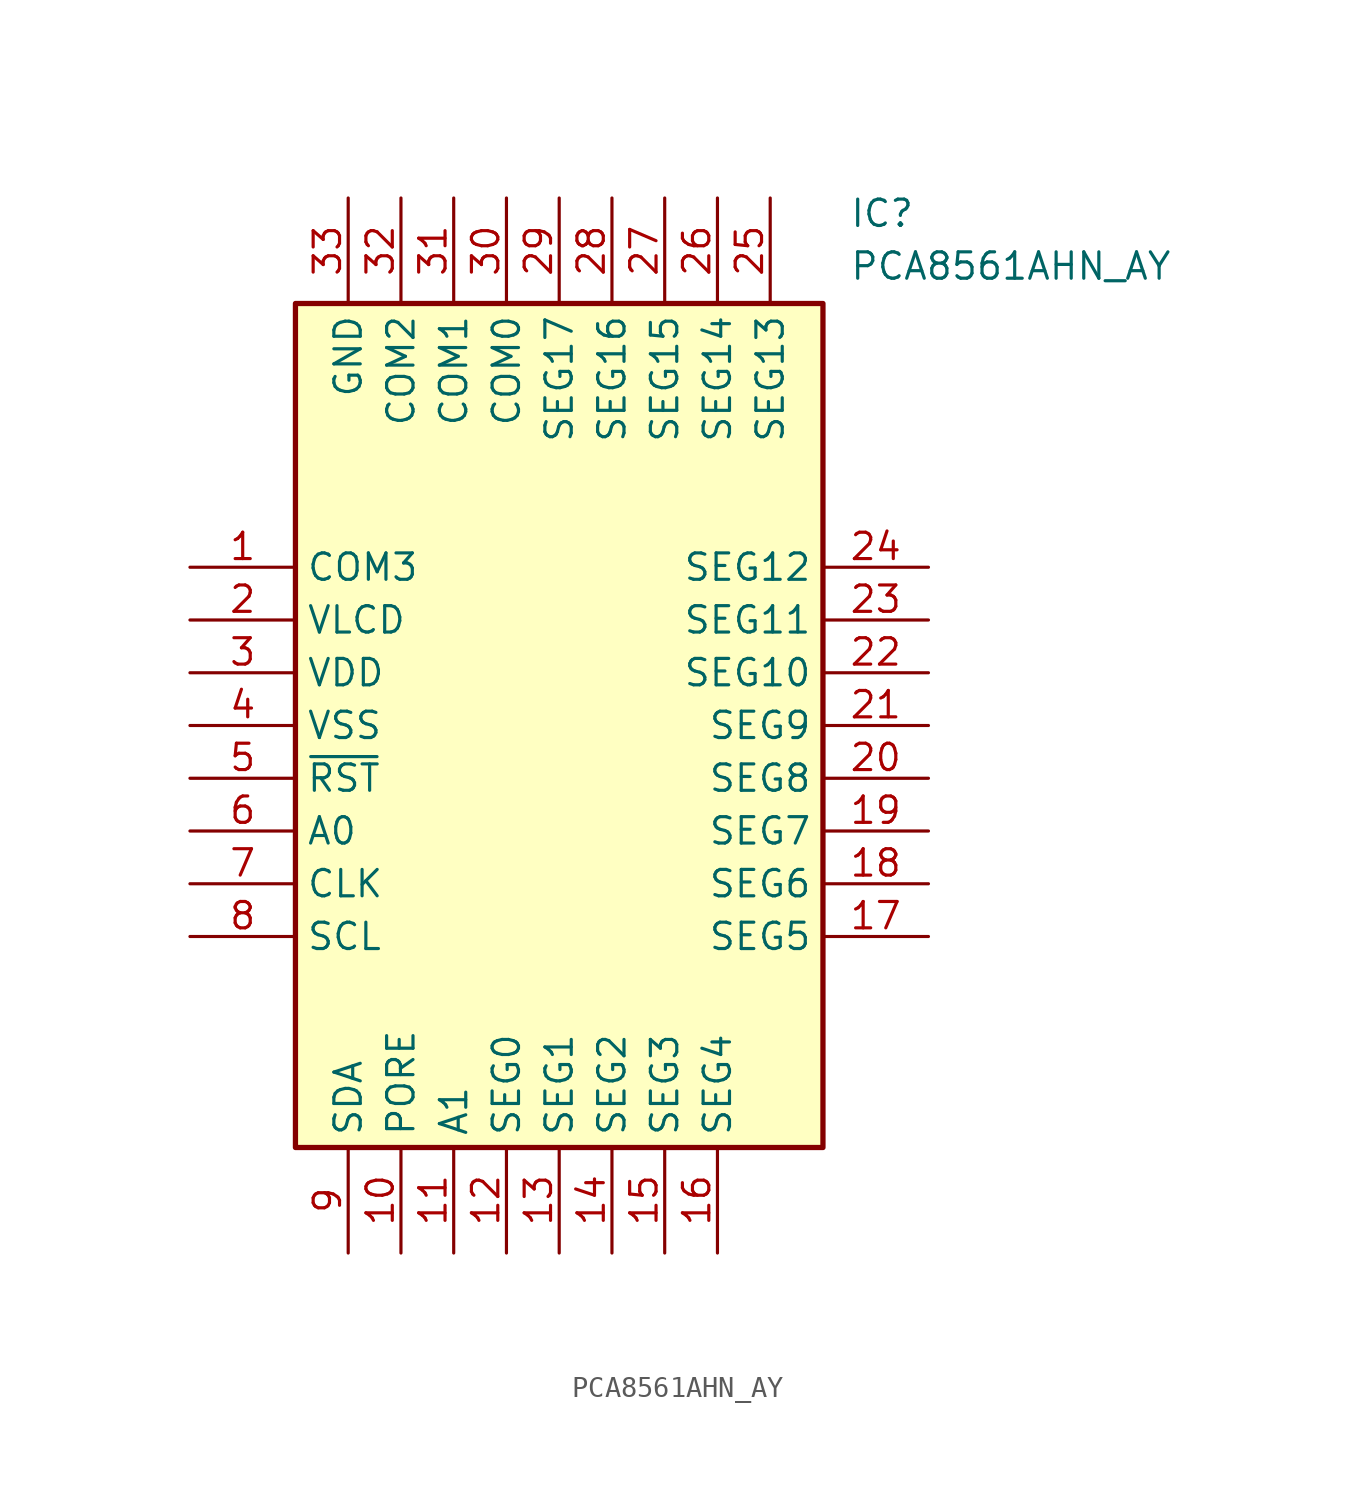
<source format=kicad_sym>
(kicad_symbol_lib
  (version 20211014)
  (generator SamacSys_ECAD_Model)
  (symbol "PCA8561AHN_AY"
    (property "Reference" "IC"
      (at 31.75 17.78 0)
      (effects (font (size 1.27 1.27)) (justify left top)))
    (property "Value" "PCA8561AHN_AY"
      (at 31.75 15.24 0)
      (effects (font (size 1.27 1.27)) (justify left top)))
    (rectangle
      (start 5.08 12.7)
      (end 30.48 -27.94)
      (stroke (width 0.254) (type default))
      (fill (type background)))
    (pin passive line
      (at 0 0 0)
      (length 5.08)
      (name "COM3" (effects (font (size 1.27 1.27))))
      (number "1" (effects (font (size 1.27 1.27)))))
    (pin passive line
      (at 0 -2.54 0)
      (length 5.08)
      (name "VLCD" (effects (font (size 1.27 1.27))))
      (number "2" (effects (font (size 1.27 1.27)))))
    (pin passive line
      (at 0 -5.08 0)
      (length 5.08)
      (name "VDD" (effects (font (size 1.27 1.27))))
      (number "3" (effects (font (size 1.27 1.27)))))
    (pin passive line
      (at 0 -7.62 0)
      (length 5.08)
      (name "VSS" (effects (font (size 1.27 1.27))))
      (number "4" (effects (font (size 1.27 1.27)))))
    (pin passive line
      (at 0 -10.16 0)
      (length 5.08)
      (name "~{RST}" (effects (font (size 1.27 1.27))))
      (number "5" (effects (font (size 1.27 1.27)))))
    (pin passive line
      (at 0 -12.7 0)
      (length 5.08)
      (name "A0" (effects (font (size 1.27 1.27))))
      (number "6" (effects (font (size 1.27 1.27)))))
    (pin passive line
      (at 0 -15.24 0)
      (length 5.08)
      (name "CLK" (effects (font (size 1.27 1.27))))
      (number "7" (effects (font (size 1.27 1.27)))))
    (pin passive line
      (at 0 -17.78 0)
      (length 5.08)
      (name "SCL" (effects (font (size 1.27 1.27))))
      (number "8" (effects (font (size 1.27 1.27)))))
    (pin passive line
      (at 7.62 -33.02 90)
      (length 5.08)
      (name "SDA" (effects (font (size 1.27 1.27))))
      (number "9" (effects (font (size 1.27 1.27)))))
    (pin passive line
      (at 10.16 -33.02 90)
      (length 5.08)
      (name "PORE" (effects (font (size 1.27 1.27))))
      (number "10" (effects (font (size 1.27 1.27)))))
    (pin passive line
      (at 12.7 -33.02 90)
      (length 5.08)
      (name "A1" (effects (font (size 1.27 1.27))))
      (number "11" (effects (font (size 1.27 1.27)))))
    (pin passive line
      (at 15.24 -33.02 90)
      (length 5.08)
      (name "SEG0" (effects (font (size 1.27 1.27))))
      (number "12" (effects (font (size 1.27 1.27)))))
    (pin passive line
      (at 17.78 -33.02 90)
      (length 5.08)
      (name "SEG1" (effects (font (size 1.27 1.27))))
      (number "13" (effects (font (size 1.27 1.27)))))
    (pin passive line
      (at 20.32 -33.02 90)
      (length 5.08)
      (name "SEG2" (effects (font (size 1.27 1.27))))
      (number "14" (effects (font (size 1.27 1.27)))))
    (pin passive line
      (at 22.86 -33.02 90)
      (length 5.08)
      (name "SEG3" (effects (font (size 1.27 1.27))))
      (number "15" (effects (font (size 1.27 1.27)))))
    (pin passive line
      (at 25.4 -33.02 90)
      (length 5.08)
      (name "SEG4" (effects (font (size 1.27 1.27))))
      (number "16" (effects (font (size 1.27 1.27)))))
    (pin passive line
      (at 35.56 0 180)
      (length 5.08)
      (name "SEG12" (effects (font (size 1.27 1.27))))
      (number "24" (effects (font (size 1.27 1.27)))))
    (pin passive line
      (at 35.56 -2.54 180)
      (length 5.08)
      (name "SEG11" (effects (font (size 1.27 1.27))))
      (number "23" (effects (font (size 1.27 1.27)))))
    (pin passive line
      (at 35.56 -5.08 180)
      (length 5.08)
      (name "SEG10" (effects (font (size 1.27 1.27))))
      (number "22" (effects (font (size 1.27 1.27)))))
    (pin passive line
      (at 35.56 -7.62 180)
      (length 5.08)
      (name "SEG9" (effects (font (size 1.27 1.27))))
      (number "21" (effects (font (size 1.27 1.27)))))
    (pin passive line
      (at 35.56 -10.16 180)
      (length 5.08)
      (name "SEG8" (effects (font (size 1.27 1.27))))
      (number "20" (effects (font (size 1.27 1.27)))))
    (pin passive line
      (at 35.56 -12.7 180)
      (length 5.08)
      (name "SEG7" (effects (font (size 1.27 1.27))))
      (number "19" (effects (font (size 1.27 1.27)))))
    (pin passive line
      (at 35.56 -15.24 180)
      (length 5.08)
      (name "SEG6" (effects (font (size 1.27 1.27))))
      (number "18" (effects (font (size 1.27 1.27)))))
    (pin passive line
      (at 35.56 -17.78 180)
      (length 5.08)
      (name "SEG5" (effects (font (size 1.27 1.27))))
      (number "17" (effects (font (size 1.27 1.27)))))
    (pin passive line
      (at 7.62 17.78 270)
      (length 5.08)
      (name "GND" (effects (font (size 1.27 1.27))))
      (number "33" (effects (font (size 1.27 1.27)))))
    (pin passive line
      (at 10.16 17.78 270)
      (length 5.08)
      (name "COM2" (effects (font (size 1.27 1.27))))
      (number "32" (effects (font (size 1.27 1.27)))))
    (pin passive line
      (at 12.7 17.78 270)
      (length 5.08)
      (name "COM1" (effects (font (size 1.27 1.27))))
      (number "31" (effects (font (size 1.27 1.27)))))
    (pin passive line
      (at 15.24 17.78 270)
      (length 5.08)
      (name "COM0" (effects (font (size 1.27 1.27))))
      (number "30" (effects (font (size 1.27 1.27)))))
    (pin passive line
      (at 17.78 17.78 270)
      (length 5.08)
      (name "SEG17" (effects (font (size 1.27 1.27))))
      (number "29" (effects (font (size 1.27 1.27)))))
    (pin passive line
      (at 20.32 17.78 270)
      (length 5.08)
      (name "SEG16" (effects (font (size 1.27 1.27))))
      (number "28" (effects (font (size 1.27 1.27)))))
    (pin passive line
      (at 22.86 17.78 270)
      (length 5.08)
      (name "SEG15" (effects (font (size 1.27 1.27))))
      (number "27" (effects (font (size 1.27 1.27)))))
    (pin passive line
      (at 25.4 17.78 270)
      (length 5.08)
      (name "SEG14" (effects (font (size 1.27 1.27))))
      (number "26" (effects (font (size 1.27 1.27)))))
    (pin passive line
      (at 27.94 17.78 270)
      (length 5.08)
      (name "SEG13" (effects (font (size 1.27 1.27))))
      (number "25" (effects (font (size 1.27 1.27)))))))
</source>
